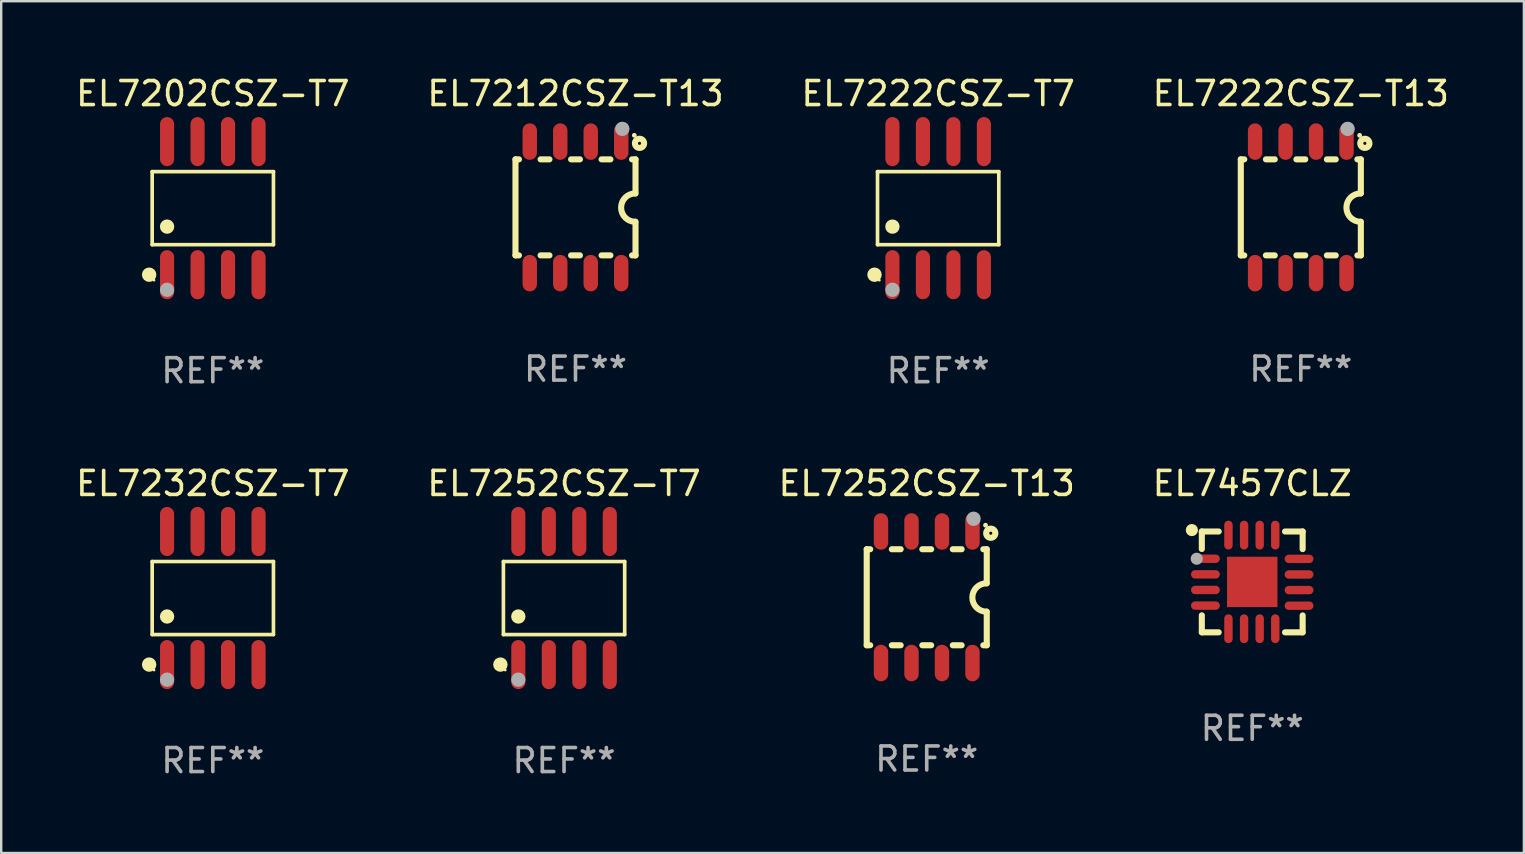
<source format=kicad_pcb>
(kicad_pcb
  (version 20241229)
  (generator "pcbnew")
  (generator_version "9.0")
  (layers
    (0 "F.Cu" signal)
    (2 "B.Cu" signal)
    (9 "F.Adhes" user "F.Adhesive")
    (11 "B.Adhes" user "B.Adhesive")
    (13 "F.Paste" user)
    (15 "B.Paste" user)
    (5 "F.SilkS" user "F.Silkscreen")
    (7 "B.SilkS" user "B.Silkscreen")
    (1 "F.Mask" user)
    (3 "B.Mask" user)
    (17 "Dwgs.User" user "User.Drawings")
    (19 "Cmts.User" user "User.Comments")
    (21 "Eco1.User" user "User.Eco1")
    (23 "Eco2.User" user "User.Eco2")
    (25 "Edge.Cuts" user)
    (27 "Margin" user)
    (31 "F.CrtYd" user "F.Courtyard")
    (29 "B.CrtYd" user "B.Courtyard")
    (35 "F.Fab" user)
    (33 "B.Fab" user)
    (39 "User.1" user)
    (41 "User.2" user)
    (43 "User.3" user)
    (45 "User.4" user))
  (footprint "EL7212CSZ-T13"
    (layer "F.Cu")
    (at 20.923 5.588)
    (property "Reference" "EL7212CSZ-T13" (at 0 -4.74 0) (layer "F.SilkS") (effects (font (size 1 1) (thickness 0.15))))
    (attr through_hole)
    (fp_line (start -2.5 2) (end -2.5 -2) (stroke (width 0.254) (type solid)) (layer "F.SilkS"))
    (fp_line (start -2.356 -2) (end -2.5 -2) (stroke (width 0.254) (type solid)) (layer "F.SilkS"))
    (fp_line (start -2.356 2) (end -2.5 2) (stroke (width 0.254) (type solid)) (layer "F.SilkS"))
    (fp_line (start -1.086 -2) (end -1.454 -2) (stroke (width 0.254) (type solid)) (layer "F.SilkS"))
    (fp_line (start -1.086 2) (end -1.454 2) (stroke (width 0.254) (type solid)) (layer "F.SilkS"))
    (fp_line (start 0.184 -2) (end -0.184 -2) (stroke (width 0.254) (type solid)) (layer "F.SilkS"))
    (fp_line (start 0.184 2) (end -0.184 2) (stroke (width 0.254) (type solid)) (layer "F.SilkS"))
    (fp_line (start 1.454 -2) (end 1.086 -2) (stroke (width 0.254) (type solid)) (layer "F.SilkS"))
    (fp_line (start 1.454 2) (end 1.086 2) (stroke (width 0.254) (type solid)) (layer "F.SilkS"))
    (fp_line (start 2.5 -2) (end 2.356 -2) (stroke (width 0.254) (type solid)) (layer "F.SilkS"))
    (fp_line (start 2.5 -0.58) (end 2.5 -2) (stroke (width 0.254) (type solid)) (layer "F.SilkS"))
    (fp_line (start 2.5 2) (end 2.356 2) (stroke (width 0.254) (type solid)) (layer "F.SilkS"))
    (fp_line (start 2.5 2) (end 2.5 0.6) (stroke (width 0.254) (type solid)) (layer "F.SilkS"))
    (fp_arc (start 2.489992 0.600051) (mid 1.901674 0.010046) (end 2.489992 -0.579959) (stroke (width 0.254001) (type solid)) (layer "F.SilkS"))
    (fp_circle (center 2.45 -3) (end 2.5 -3) (stroke (width 0.1) (type solid)) (fill no) (layer "F.SilkS"))
    (fp_circle (center 2.667 -2.667) (end 2.858 -2.667) (stroke (width 0.254) (type solid)) (fill no) (layer "F.SilkS"))
    (fp_circle (center 1.95 -3.27) (end 2.1 -3.27) (stroke (width 0.3) (type solid)) (fill no) (layer "F.Fab"))
    (fp_text user "REF**" (at 0 6.74 0) (layer "F.Fab") (effects (font (size 1 1) (thickness 0.15))))
    (pad "1" smd oval (at 1.905 -2.74) (size 0.6 1.52) (layers "F.Cu" "F.Mask" "F.Paste"))
    (pad "2" smd oval (at 0.635 -2.74) (size 0.6 1.52) (layers "F.Cu" "F.Mask" "F.Paste"))
    (pad "3" smd oval (at -0.635 -2.74) (size 0.6 1.52) (layers "F.Cu" "F.Mask" "F.Paste"))
    (pad "4" smd oval (at -1.905 -2.74) (size 0.6 1.52) (layers "F.Cu" "F.Mask" "F.Paste"))
    (pad "5" smd oval (at -1.905 2.74) (size 0.6 1.52) (layers "F.Cu" "F.Mask" "F.Paste"))
    (pad "6" smd oval (at -0.635 2.74) (size 0.6 1.52) (layers "F.Cu" "F.Mask" "F.Paste"))
    (pad "7" smd oval (at 0.635 2.74) (size 0.6 1.52) (layers "F.Cu" "F.Mask" "F.Paste"))
    (pad "8" smd oval (at 1.905 2.74) (size 0.6 1.52) (layers "F.Cu" "F.Mask" "F.Paste")))
  (footprint "EL7202CSZ-T7"
    (layer "F.Cu")
    (at 5.815 5.621)
    (property "Reference" "EL7202CSZ-T7" (at 0 -4.772 0) (layer "F.SilkS") (effects (font (size 1 1) (thickness 0.15))))
    (attr through_hole)
    (fp_line (start -2.526 -1.521) (end 2.526 -1.521) (stroke (width 0.152) (type solid)) (layer "F.SilkS"))
    (fp_line (start -2.526 1.521) (end -2.526 -1.521) (stroke (width 0.152) (type solid)) (layer "F.SilkS"))
    (fp_line (start 2.526 -1.521) (end 2.526 1.521) (stroke (width 0.152) (type solid)) (layer "F.SilkS"))
    (fp_line (start 2.526 1.521) (end -2.526 1.521) (stroke (width 0.152) (type solid)) (layer "F.SilkS"))
    (fp_circle (center -2.652 2.772) (end -2.501 2.772) (stroke (width 0.3) (type solid)) (fill no) (layer "F.SilkS"))
    (fp_circle (center -2.45 3) (end -2.42 3) (stroke (width 0.06) (type solid)) (fill no) (layer "F.SilkS"))
    (fp_circle (center -1.905 0.769) (end -1.755 0.769) (stroke (width 0.3) (type solid)) (fill no) (layer "F.SilkS"))
    (fp_circle (center -1.905 3.4) (end -1.755 3.4) (stroke (width 0.3) (type solid)) (fill no) (layer "F.Fab"))
    (fp_text user "REF**" (at 0 6.772 0) (layer "F.Fab") (effects (font (size 1 1) (thickness 0.15))))
    (pad "1" smd oval (at -1.905 2.772) (size 0.588 2.045) (layers "F.Cu" "F.Mask" "F.Paste"))
    (pad "2" smd oval (at -0.635 2.772) (size 0.588 2.045) (layers "F.Cu" "F.Mask" "F.Paste"))
    (pad "3" smd oval (at 0.635 2.772) (size 0.588 2.045) (layers "F.Cu" "F.Mask" "F.Paste"))
    (pad "4" smd oval (at 1.905 2.772) (size 0.588 2.045) (layers "F.Cu" "F.Mask" "F.Paste"))
    (pad "5" smd oval (at 1.905 -2.772) (size 0.588 2.045) (layers "F.Cu" "F.Mask" "F.Paste"))
    (pad "6" smd oval (at 0.635 -2.772) (size 0.588 2.045) (layers "F.Cu" "F.Mask" "F.Paste"))
    (pad "7" smd oval (at -0.635 -2.772) (size 0.588 2.045) (layers "F.Cu" "F.Mask" "F.Paste"))
    (pad "8" smd oval (at -1.905 -2.772) (size 0.588 2.045) (layers "F.Cu" "F.Mask" "F.Paste")))
  (footprint "EL7252CSZ-T7"
    (layer "F.Cu")
    (at 20.446 21.862)
    (property "Reference" "EL7252CSZ-T7" (at 0 -4.772 0) (layer "F.SilkS") (effects (font (size 1 1) (thickness 0.15))))
    (attr through_hole)
    (fp_line (start -2.526 -1.521) (end 2.526 -1.521) (stroke (width 0.152) (type solid)) (layer "F.SilkS"))
    (fp_line (start -2.526 1.521) (end -2.526 -1.521) (stroke (width 0.152) (type solid)) (layer "F.SilkS"))
    (fp_line (start 2.526 -1.521) (end 2.526 1.521) (stroke (width 0.152) (type solid)) (layer "F.SilkS"))
    (fp_line (start 2.526 1.521) (end -2.526 1.521) (stroke (width 0.152) (type solid)) (layer "F.SilkS"))
    (fp_circle (center -2.652 2.772) (end -2.501 2.772) (stroke (width 0.3) (type solid)) (fill no) (layer "F.SilkS"))
    (fp_circle (center -2.45 3) (end -2.42 3) (stroke (width 0.06) (type solid)) (fill no) (layer "F.SilkS"))
    (fp_circle (center -1.905 0.769) (end -1.755 0.769) (stroke (width 0.3) (type solid)) (fill no) (layer "F.SilkS"))
    (fp_circle (center -1.905 3.4) (end -1.755 3.4) (stroke (width 0.3) (type solid)) (fill no) (layer "F.Fab"))
    (fp_text user "REF**" (at 0 6.772 0) (layer "F.Fab") (effects (font (size 1 1) (thickness 0.15))))
    (pad "1" smd oval (at -1.905 2.772) (size 0.588 2.045) (layers "F.Cu" "F.Mask" "F.Paste"))
    (pad "2" smd oval (at -0.635 2.772) (size 0.588 2.045) (layers "F.Cu" "F.Mask" "F.Paste"))
    (pad "3" smd oval (at 0.635 2.772) (size 0.588 2.045) (layers "F.Cu" "F.Mask" "F.Paste"))
    (pad "4" smd oval (at 1.905 2.772) (size 0.588 2.045) (layers "F.Cu" "F.Mask" "F.Paste"))
    (pad "5" smd oval (at 1.905 -2.772) (size 0.588 2.045) (layers "F.Cu" "F.Mask" "F.Paste"))
    (pad "6" smd oval (at 0.635 -2.772) (size 0.588 2.045) (layers "F.Cu" "F.Mask" "F.Paste"))
    (pad "7" smd oval (at -0.635 -2.772) (size 0.588 2.045) (layers "F.Cu" "F.Mask" "F.Paste"))
    (pad "8" smd oval (at -1.905 -2.772) (size 0.588 2.045) (layers "F.Cu" "F.Mask" "F.Paste")))
  (footprint "EL7457CLZ"
    (layer "F.Cu")
    (at 49.113 21.19)
    (property "Reference" "EL7457CLZ" (at 0 -4.1 0) (layer "F.SilkS") (effects (font (size 1 1) (thickness 0.15))))
    (attr through_hole)
    (fp_line (start -2.1 -2.1) (end -2.1 -1.371) (stroke (width 0.254) (type solid)) (layer "F.SilkS"))
    (fp_line (start -2.1 -2.1) (end -1.397 -2.1) (stroke (width 0.254) (type solid)) (layer "F.SilkS"))
    (fp_line (start -2.1 1.392) (end -2.1 2.1) (stroke (width 0.254) (type solid)) (layer "F.SilkS"))
    (fp_line (start -2.1 2.1) (end -1.397 2.1) (stroke (width 0.254) (type solid)) (layer "F.SilkS"))
    (fp_line (start 1.366 -2.1) (end 2.1 -2.1) (stroke (width 0.254) (type solid)) (layer "F.SilkS"))
    (fp_line (start 1.366 2.1) (end 2.1 2.1) (stroke (width 0.254) (type solid)) (layer "F.SilkS"))
    (fp_line (start 2.1 -2.1) (end 2.1 -1.366) (stroke (width 0.254) (type solid)) (layer "F.SilkS"))
    (fp_line (start 2.1 1.397) (end 2.1 2.1) (stroke (width 0.254) (type solid)) (layer "F.SilkS"))
    (fp_circle (center -2.515 -2.159) (end -2.388 -2.159) (stroke (width 0.254) (type solid)) (fill no) (layer "F.SilkS"))
    (fp_circle (center -2.045 -1.97) (end -2.015 -1.97) (stroke (width 0.06) (type solid)) (fill no) (layer "F.SilkS"))
    (fp_circle (center -2.312 -0.965) (end -2.185 -0.965) (stroke (width 0.254) (type solid)) (fill no) (layer "F.Fab"))
    (fp_text user "REF**" (at 0 6.1 0) (layer "F.Fab") (effects (font (size 1 1) (thickness 0.15))))
    (pad "1" smd oval (at -1.95 -0.965 270) (size 0.35 1.2) (layers "F.Cu" "F.Mask" "F.Paste"))
    (pad "2" smd oval (at -1.95 -0.315 270) (size 0.35 1.2) (layers "F.Cu" "F.Mask" "F.Paste"))
    (pad "3" smd oval (at -1.95 0.335 270) (size 0.35 1.2) (layers "F.Cu" "F.Mask" "F.Paste"))
    (pad "4" smd oval (at -1.95 0.986 270) (size 0.35 1.2) (layers "F.Cu" "F.Mask" "F.Paste"))
    (pad "5" smd oval (at -0.991 1.95) (size 0.35 1.2) (layers "F.Cu" "F.Mask" "F.Paste"))
    (pad "6" smd oval (at -0.34 1.95) (size 0.35 1.2) (layers "F.Cu" "F.Mask" "F.Paste"))
    (pad "7" smd oval (at 0.31 1.95) (size 0.35 1.2) (layers "F.Cu" "F.Mask" "F.Paste"))
    (pad "8" smd oval (at 0.96 1.95) (size 0.35 1.2) (layers "F.Cu" "F.Mask" "F.Paste"))
    (pad "9" smd oval (at 1.95 0.991 270) (size 0.35 1.2) (layers "F.Cu" "F.Mask" "F.Paste"))
    (pad "10" smd oval (at 1.95 0.34 270) (size 0.35 1.2) (layers "F.Cu" "F.Mask" "F.Paste"))
    (pad "11" smd oval (at 1.95 -0.31 270) (size 0.35 1.2) (layers "F.Cu" "F.Mask" "F.Paste"))
    (pad "12" smd oval (at 1.95 -0.96 270) (size 0.35 1.2) (layers "F.Cu" "F.Mask" "F.Paste"))
    (pad "13" smd oval (at 0.96 -1.95) (size 0.35 1.2) (layers "F.Cu" "F.Mask" "F.Paste"))
    (pad "14" smd oval (at 0.31 -1.95) (size 0.35 1.2) (layers "F.Cu" "F.Mask" "F.Paste"))
    (pad "15" smd oval (at -0.34 -1.95) (size 0.35 1.2) (layers "F.Cu" "F.Mask" "F.Paste"))
    (pad "16" smd oval (at -0.991 -1.95) (size 0.35 1.2) (layers "F.Cu" "F.Mask" "F.Paste"))
    (pad "17" smd rect (at 0 0) (size 2.1 2.1) (layers "F.Cu" "F.Mask" "F.Paste")))
  (footprint "EL7252CSZ-T13"
    (layer "F.Cu")
    (at 35.554 21.829)
    (property "Reference" "EL7252CSZ-T13" (at 0 -4.74 0) (layer "F.SilkS") (effects (font (size 1 1) (thickness 0.15))))
    (attr through_hole)
    (fp_line (start -2.5 2) (end -2.5 -2) (stroke (width 0.254) (type solid)) (layer "F.SilkS"))
    (fp_line (start -2.356 -2) (end -2.5 -2) (stroke (width 0.254) (type solid)) (layer "F.SilkS"))
    (fp_line (start -2.356 2) (end -2.5 2) (stroke (width 0.254) (type solid)) (layer "F.SilkS"))
    (fp_line (start -1.086 -2) (end -1.454 -2) (stroke (width 0.254) (type solid)) (layer "F.SilkS"))
    (fp_line (start -1.086 2) (end -1.454 2) (stroke (width 0.254) (type solid)) (layer "F.SilkS"))
    (fp_line (start 0.184 -2) (end -0.184 -2) (stroke (width 0.254) (type solid)) (layer "F.SilkS"))
    (fp_line (start 0.184 2) (end -0.184 2) (stroke (width 0.254) (type solid)) (layer "F.SilkS"))
    (fp_line (start 1.454 -2) (end 1.086 -2) (stroke (width 0.254) (type solid)) (layer "F.SilkS"))
    (fp_line (start 1.454 2) (end 1.086 2) (stroke (width 0.254) (type solid)) (layer "F.SilkS"))
    (fp_line (start 2.5 -2) (end 2.356 -2) (stroke (width 0.254) (type solid)) (layer "F.SilkS"))
    (fp_line (start 2.5 -0.58) (end 2.5 -2) (stroke (width 0.254) (type solid)) (layer "F.SilkS"))
    (fp_line (start 2.5 2) (end 2.356 2) (stroke (width 0.254) (type solid)) (layer "F.SilkS"))
    (fp_line (start 2.5 2) (end 2.5 0.6) (stroke (width 0.254) (type solid)) (layer "F.SilkS"))
    (fp_arc (start 2.489992 0.600051) (mid 1.901674 0.010046) (end 2.489992 -0.579959) (stroke (width 0.254001) (type solid)) (layer "F.SilkS"))
    (fp_circle (center 2.45 -3) (end 2.5 -3) (stroke (width 0.1) (type solid)) (fill no) (layer "F.SilkS"))
    (fp_circle (center 2.667 -2.667) (end 2.858 -2.667) (stroke (width 0.254) (type solid)) (fill no) (layer "F.SilkS"))
    (fp_circle (center 1.95 -3.27) (end 2.1 -3.27) (stroke (width 0.3) (type solid)) (fill no) (layer "F.Fab"))
    (fp_text user "REF**" (at 0 6.74 0) (layer "F.Fab") (effects (font (size 1 1) (thickness 0.15))))
    (pad "1" smd oval (at 1.905 -2.74) (size 0.6 1.52) (layers "F.Cu" "F.Mask" "F.Paste"))
    (pad "2" smd oval (at 0.635 -2.74) (size 0.6 1.52) (layers "F.Cu" "F.Mask" "F.Paste"))
    (pad "3" smd oval (at -0.635 -2.74) (size 0.6 1.52) (layers "F.Cu" "F.Mask" "F.Paste"))
    (pad "4" smd oval (at -1.905 -2.74) (size 0.6 1.52) (layers "F.Cu" "F.Mask" "F.Paste"))
    (pad "5" smd oval (at -1.905 2.74) (size 0.6 1.52) (layers "F.Cu" "F.Mask" "F.Paste"))
    (pad "6" smd oval (at -0.635 2.74) (size 0.6 1.52) (layers "F.Cu" "F.Mask" "F.Paste"))
    (pad "7" smd oval (at 0.635 2.74) (size 0.6 1.52) (layers "F.Cu" "F.Mask" "F.Paste"))
    (pad "8" smd oval (at 1.905 2.74) (size 0.6 1.52) (layers "F.Cu" "F.Mask" "F.Paste")))
  (footprint "EL7222CSZ-T7"
    (layer "F.Cu")
    (at 36.03 5.621)
    (property "Reference" "EL7222CSZ-T7" (at 0 -4.772 0) (layer "F.SilkS") (effects (font (size 1 1) (thickness 0.15))))
    (attr through_hole)
    (fp_line (start -2.526 -1.521) (end 2.526 -1.521) (stroke (width 0.152) (type solid)) (layer "F.SilkS"))
    (fp_line (start -2.526 1.521) (end -2.526 -1.521) (stroke (width 0.152) (type solid)) (layer "F.SilkS"))
    (fp_line (start 2.526 -1.521) (end 2.526 1.521) (stroke (width 0.152) (type solid)) (layer "F.SilkS"))
    (fp_line (start 2.526 1.521) (end -2.526 1.521) (stroke (width 0.152) (type solid)) (layer "F.SilkS"))
    (fp_circle (center -2.652 2.772) (end -2.501 2.772) (stroke (width 0.3) (type solid)) (fill no) (layer "F.SilkS"))
    (fp_circle (center -2.45 3) (end -2.42 3) (stroke (width 0.06) (type solid)) (fill no) (layer "F.SilkS"))
    (fp_circle (center -1.905 0.769) (end -1.755 0.769) (stroke (width 0.3) (type solid)) (fill no) (layer "F.SilkS"))
    (fp_circle (center -1.905 3.4) (end -1.755 3.4) (stroke (width 0.3) (type solid)) (fill no) (layer "F.Fab"))
    (fp_text user "REF**" (at 0 6.772 0) (layer "F.Fab") (effects (font (size 1 1) (thickness 0.15))))
    (pad "1" smd oval (at -1.905 2.772) (size 0.588 2.045) (layers "F.Cu" "F.Mask" "F.Paste"))
    (pad "2" smd oval (at -0.635 2.772) (size 0.588 2.045) (layers "F.Cu" "F.Mask" "F.Paste"))
    (pad "3" smd oval (at 0.635 2.772) (size 0.588 2.045) (layers "F.Cu" "F.Mask" "F.Paste"))
    (pad "4" smd oval (at 1.905 2.772) (size 0.588 2.045) (layers "F.Cu" "F.Mask" "F.Paste"))
    (pad "5" smd oval (at 1.905 -2.772) (size 0.588 2.045) (layers "F.Cu" "F.Mask" "F.Paste"))
    (pad "6" smd oval (at 0.635 -2.772) (size 0.588 2.045) (layers "F.Cu" "F.Mask" "F.Paste"))
    (pad "7" smd oval (at -0.635 -2.772) (size 0.588 2.045) (layers "F.Cu" "F.Mask" "F.Paste"))
    (pad "8" smd oval (at -1.905 -2.772) (size 0.588 2.045) (layers "F.Cu" "F.Mask" "F.Paste")))
  (footprint "EL7222CSZ-T13"
    (layer "F.Cu")
    (at 51.137 5.588)
    (property "Reference" "EL7222CSZ-T13" (at 0 -4.74 0) (layer "F.SilkS") (effects (font (size 1 1) (thickness 0.15))))
    (attr through_hole)
    (fp_line (start -2.5 2) (end -2.5 -2) (stroke (width 0.254) (type solid)) (layer "F.SilkS"))
    (fp_line (start -2.356 -2) (end -2.5 -2) (stroke (width 0.254) (type solid)) (layer "F.SilkS"))
    (fp_line (start -2.356 2) (end -2.5 2) (stroke (width 0.254) (type solid)) (layer "F.SilkS"))
    (fp_line (start -1.086 -2) (end -1.454 -2) (stroke (width 0.254) (type solid)) (layer "F.SilkS"))
    (fp_line (start -1.086 2) (end -1.454 2) (stroke (width 0.254) (type solid)) (layer "F.SilkS"))
    (fp_line (start 0.184 -2) (end -0.184 -2) (stroke (width 0.254) (type solid)) (layer "F.SilkS"))
    (fp_line (start 0.184 2) (end -0.184 2) (stroke (width 0.254) (type solid)) (layer "F.SilkS"))
    (fp_line (start 1.454 -2) (end 1.086 -2) (stroke (width 0.254) (type solid)) (layer "F.SilkS"))
    (fp_line (start 1.454 2) (end 1.086 2) (stroke (width 0.254) (type solid)) (layer "F.SilkS"))
    (fp_line (start 2.5 -2) (end 2.356 -2) (stroke (width 0.254) (type solid)) (layer "F.SilkS"))
    (fp_line (start 2.5 -0.58) (end 2.5 -2) (stroke (width 0.254) (type solid)) (layer "F.SilkS"))
    (fp_line (start 2.5 2) (end 2.356 2) (stroke (width 0.254) (type solid)) (layer "F.SilkS"))
    (fp_line (start 2.5 2) (end 2.5 0.6) (stroke (width 0.254) (type solid)) (layer "F.SilkS"))
    (fp_arc (start 2.489992 0.600051) (mid 1.901674 0.010046) (end 2.489992 -0.579959) (stroke (width 0.254001) (type solid)) (layer "F.SilkS"))
    (fp_circle (center 2.45 -3) (end 2.5 -3) (stroke (width 0.1) (type solid)) (fill no) (layer "F.SilkS"))
    (fp_circle (center 2.667 -2.667) (end 2.858 -2.667) (stroke (width 0.254) (type solid)) (fill no) (layer "F.SilkS"))
    (fp_circle (center 1.95 -3.27) (end 2.1 -3.27) (stroke (width 0.3) (type solid)) (fill no) (layer "F.Fab"))
    (fp_text user "REF**" (at 0 6.74 0) (layer "F.Fab") (effects (font (size 1 1) (thickness 0.15))))
    (pad "1" smd oval (at 1.905 -2.74) (size 0.6 1.52) (layers "F.Cu" "F.Mask" "F.Paste"))
    (pad "2" smd oval (at 0.635 -2.74) (size 0.6 1.52) (layers "F.Cu" "F.Mask" "F.Paste"))
    (pad "3" smd oval (at -0.635 -2.74) (size 0.6 1.52) (layers "F.Cu" "F.Mask" "F.Paste"))
    (pad "4" smd oval (at -1.905 -2.74) (size 0.6 1.52) (layers "F.Cu" "F.Mask" "F.Paste"))
    (pad "5" smd oval (at -1.905 2.74) (size 0.6 1.52) (layers "F.Cu" "F.Mask" "F.Paste"))
    (pad "6" smd oval (at -0.635 2.74) (size 0.6 1.52) (layers "F.Cu" "F.Mask" "F.Paste"))
    (pad "7" smd oval (at 0.635 2.74) (size 0.6 1.52) (layers "F.Cu" "F.Mask" "F.Paste"))
    (pad "8" smd oval (at 1.905 2.74) (size 0.6 1.52) (layers "F.Cu" "F.Mask" "F.Paste")))
  (footprint "EL7232CSZ-T7"
    (layer "F.Cu")
    (at 5.815 21.862)
    (property "Reference" "EL7232CSZ-T7" (at 0 -4.772 0) (layer "F.SilkS") (effects (font (size 1 1) (thickness 0.15))))
    (attr through_hole)
    (fp_line (start -2.526 -1.521) (end 2.526 -1.521) (stroke (width 0.152) (type solid)) (layer "F.SilkS"))
    (fp_line (start -2.526 1.521) (end -2.526 -1.521) (stroke (width 0.152) (type solid)) (layer "F.SilkS"))
    (fp_line (start 2.526 -1.521) (end 2.526 1.521) (stroke (width 0.152) (type solid)) (layer "F.SilkS"))
    (fp_line (start 2.526 1.521) (end -2.526 1.521) (stroke (width 0.152) (type solid)) (layer "F.SilkS"))
    (fp_circle (center -2.652 2.772) (end -2.501 2.772) (stroke (width 0.3) (type solid)) (fill no) (layer "F.SilkS"))
    (fp_circle (center -2.45 3) (end -2.42 3) (stroke (width 0.06) (type solid)) (fill no) (layer "F.SilkS"))
    (fp_circle (center -1.905 0.769) (end -1.755 0.769) (stroke (width 0.3) (type solid)) (fill no) (layer "F.SilkS"))
    (fp_circle (center -1.905 3.4) (end -1.755 3.4) (stroke (width 0.3) (type solid)) (fill no) (layer "F.Fab"))
    (fp_text user "REF**" (at 0 6.772 0) (layer "F.Fab") (effects (font (size 1 1) (thickness 0.15))))
    (pad "1" smd oval (at -1.905 2.772) (size 0.588 2.045) (layers "F.Cu" "F.Mask" "F.Paste"))
    (pad "2" smd oval (at -0.635 2.772) (size 0.588 2.045) (layers "F.Cu" "F.Mask" "F.Paste"))
    (pad "3" smd oval (at 0.635 2.772) (size 0.588 2.045) (layers "F.Cu" "F.Mask" "F.Paste"))
    (pad "4" smd oval (at 1.905 2.772) (size 0.588 2.045) (layers "F.Cu" "F.Mask" "F.Paste"))
    (pad "5" smd oval (at 1.905 -2.772) (size 0.588 2.045) (layers "F.Cu" "F.Mask" "F.Paste"))
    (pad "6" smd oval (at 0.635 -2.772) (size 0.588 2.045) (layers "F.Cu" "F.Mask" "F.Paste"))
    (pad "7" smd oval (at -0.635 -2.772) (size 0.588 2.045) (layers "F.Cu" "F.Mask" "F.Paste"))
    (pad "8" smd oval (at -1.905 -2.772) (size 0.588 2.045) (layers "F.Cu" "F.Mask" "F.Paste")))
  (gr_rect
    (start -3 -3)
    (end 60.429 32.483)
    (stroke (width 0.1) (type default))
    (fill no)
    (layer "Edge.Cuts")))
</source>
